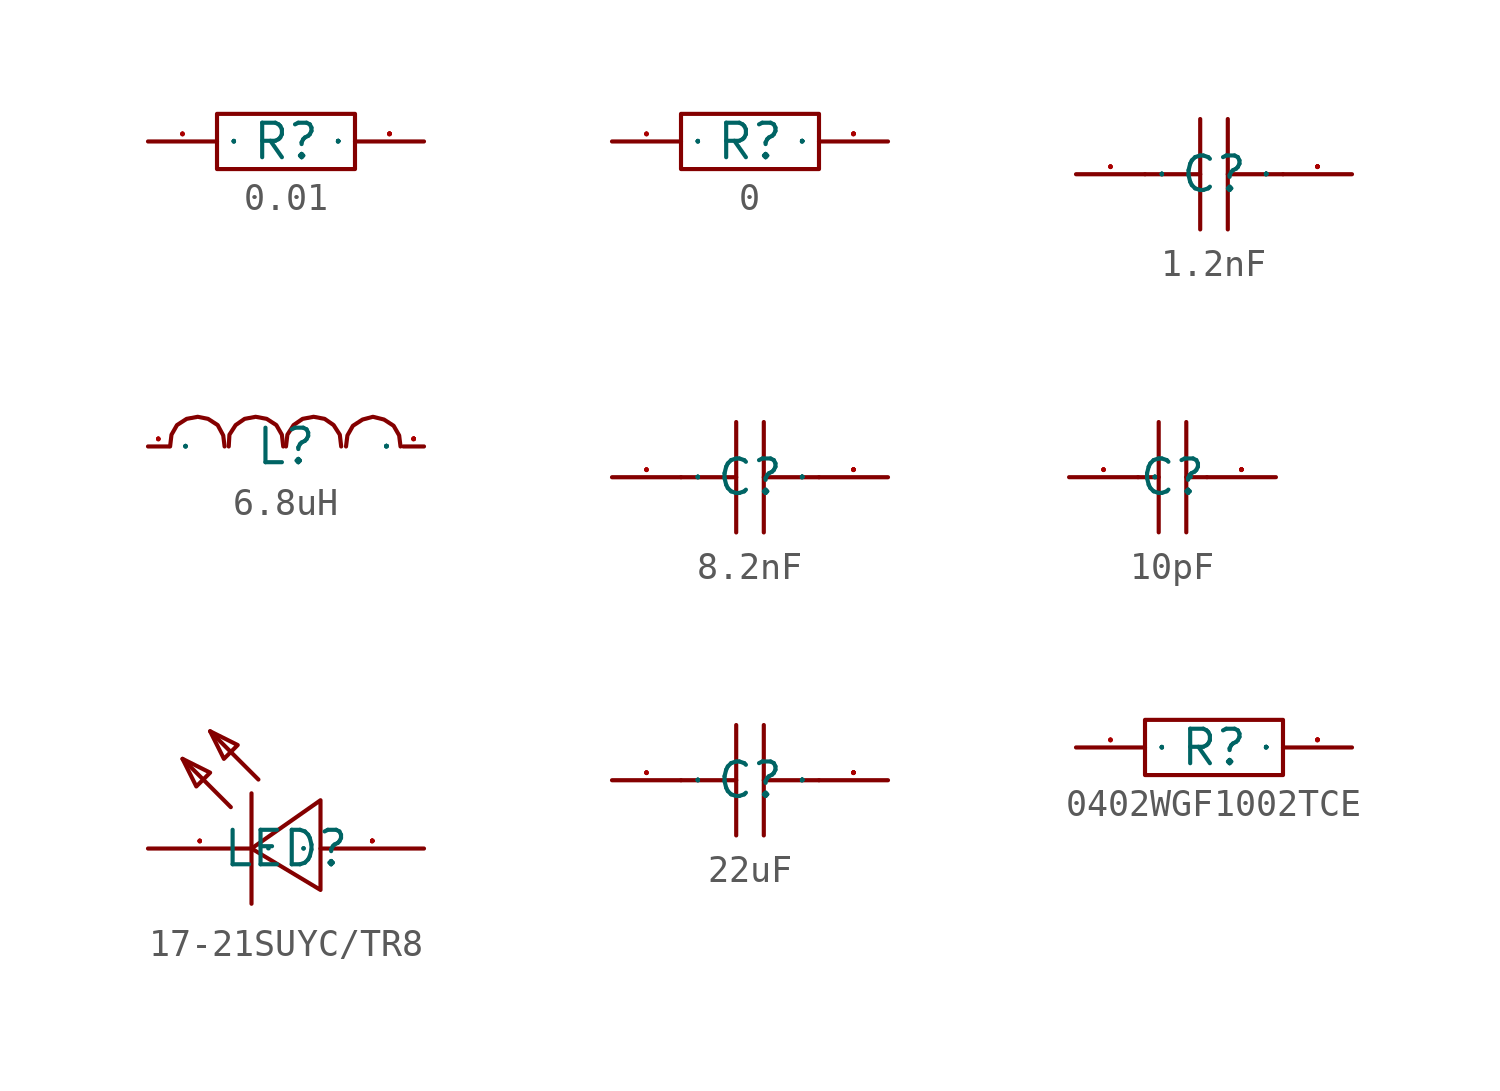
<source format=kicad_sym>
(kicad_symbol_lib
  (version 20231120)
  (generator "kicad_symbol_editor")
  (generator_version "8.0")
  (symbol "0.01"
    (property "Reference" "R"
      (at 0 0 0)
      (effects (font (size 1.27 1.27))))
    (property "Value" ""
      (at 0 0 0)
      (effects (font (size 1.27 1.27))))
    (symbol "0.01_1_0"
      (rectangle (start -2.54 -1.016) (end 2.54 1.016) (stroke (width 0) (type default)) (fill (type none)))
      (pin input line (at -5.08 0 0) (length 2.54) (name "1" (effects (font (size 0.025 0.025)))) (number "1" (effects (font (size 0.025 0.025)))))
      (pin input line (at 5.08 0 180) (length 2.54) (name "2" (effects (font (size 0.025 0.025)))) (number "2" (effects (font (size 0.025 0.025)))))))
  (symbol "0"
    (property "Reference" "R"
      (at 0 0 0)
      (effects (font (size 1.27 1.27))))
    (property "Value" ""
      (at 0 0 0)
      (effects (font (size 1.27 1.27))))
    (symbol "0_1_0"
      (rectangle (start -2.54 -1.016) (end 2.54 1.016) (stroke (width 0) (type default)) (fill (type none)))
      (pin input line (at -5.08 0 0) (length 2.54) (name "1" (effects (font (size 0.025 0.025)))) (number "1" (effects (font (size 0.025 0.025)))))
      (pin input line (at 5.08 0 180) (length 2.54) (name "2" (effects (font (size 0.025 0.025)))) (number "2" (effects (font (size 0.025 0.025)))))))
  (symbol "1.2nF"
    (property "Reference" "C"
      (at 0 0 0)
      (effects (font (size 1.27 1.27))))
    (property "Value" ""
      (at 0 0 0)
      (effects (font (size 1.27 1.27))))
    (symbol "1.2nF_1_0"
      (polyline (pts (xy -0.508 -2.032) (xy -0.508 2.032)) (stroke (width 0) (type default)) (fill (type none)))
      (polyline (pts (xy -0.508 0) (xy -2.54 0)) (stroke (width 0) (type default)) (fill (type none)))
      (polyline (pts (xy 0.508 2.032) (xy 0.508 -2.032)) (stroke (width 0) (type default)) (fill (type none)))
      (polyline (pts (xy 2.54 0) (xy 0.508 0)) (stroke (width 0) (type default)) (fill (type none)))
      (pin input line (at -5.08 0 0) (length 2.54) (name "1" (effects (font (size 0.025 0.025)))) (number "1" (effects (font (size 0.025 0.025)))))
      (pin input line (at 5.08 0 180) (length 2.54) (name "2" (effects (font (size 0.025 0.025)))) (number "2" (effects (font (size 0.025 0.025)))))))
  (symbol "6.8uH"
    (property "Reference" "L"
      (at 0 0 0)
      (effects (font (size 1.27 1.27))))
    (property "Value" ""
      (at 0 0 0)
      (effects (font (size 1.27 1.27))))
    (symbol "6.8uH_1_0"
      (polyline (pts (xy -4.267 0) (xy -4.216 0.432) (xy -4.216 0.432) (xy -4.013 0.787) (xy -4.013 0.787) (xy -3.658 1.016) (xy -3.658 1.016) (xy -3.251 1.092) (xy -3.251 1.092) (xy -2.87 1.016) (xy -2.87 1.016) (xy -2.515 0.787) (xy -2.515 0.787) (xy -2.311 0.406) (xy -2.311 0.406) (xy -2.261 0)) (stroke (width 0) (type default)) (fill (type none)))
      (polyline (pts (xy -2.108 0) (xy -2.083 0.432) (xy -2.083 0.432) (xy -1.854 0.787) (xy -1.854 0.787) (xy -1.524 1.016) (xy -1.524 1.016) (xy -1.118 1.092) (xy -1.118 1.092) (xy -0.711 1.016) (xy -0.711 1.016) (xy -0.356 0.787) (xy -0.356 0.787) (xy -0.152 0.432) (xy -0.152 0.432) (xy -0.102 0)) (stroke (width 0) (type default)) (fill (type none)))
      (polyline (pts (xy 0 0) (xy 0.051 0.432) (xy 0.051 0.432) (xy 0.279 0.787) (xy 0.279 0.787) (xy 0.61 1.016) (xy 0.61 1.016) (xy 1.016 1.092) (xy 1.016 1.092) (xy 1.422 1.016) (xy 1.422 1.016) (xy 1.753 0.787) (xy 1.753 0.787) (xy 1.981 0.432) (xy 1.981 0.432) (xy 2.032 0)) (stroke (width 0) (type default)) (fill (type none)))
      (polyline (pts (xy 2.21 0) (xy 2.261 0.406) (xy 2.261 0.406) (xy 2.464 0.762) (xy 2.464 0.762) (xy 2.819 0.991) (xy 2.819 0.991) (xy 3.2 1.092) (xy 3.2 1.092) (xy 3.607 0.991) (xy 3.607 0.991) (xy 3.962 0.762) (xy 3.962 0.762) (xy 4.166 0.406) (xy 4.166 0.406) (xy 4.216 0)) (stroke (width 0) (type default)) (fill (type none)))
      (pin input line (at -5.08 0 0) (length 0.762) (name "1" (effects (font (size 0.025 0.025)))) (number "1" (effects (font (size 0.025 0.025)))))
      (pin input line (at 5.08 0 180) (length 0.762) (name "2" (effects (font (size 0.025 0.025)))) (number "2" (effects (font (size 0.025 0.025)))))))
  (symbol "8.2nF"
    (property "Reference" "C"
      (at 0 0 0)
      (effects (font (size 1.27 1.27))))
    (property "Value" ""
      (at 0 0 0)
      (effects (font (size 1.27 1.27))))
    (symbol "8.2nF_1_0"
      (polyline (pts (xy -0.508 -2.032) (xy -0.508 2.032)) (stroke (width 0) (type default)) (fill (type none)))
      (polyline (pts (xy -0.508 0) (xy -2.54 0)) (stroke (width 0) (type default)) (fill (type none)))
      (polyline (pts (xy 0.508 2.032) (xy 0.508 -2.032)) (stroke (width 0) (type default)) (fill (type none)))
      (polyline (pts (xy 2.54 0) (xy 0.508 0)) (stroke (width 0) (type default)) (fill (type none)))
      (pin input line (at -5.08 0 0) (length 2.54) (name "1" (effects (font (size 0.025 0.025)))) (number "1" (effects (font (size 0.025 0.025)))))
      (pin input line (at 5.08 0 180) (length 2.54) (name "2" (effects (font (size 0.025 0.025)))) (number "2" (effects (font (size 0.025 0.025)))))))
  (symbol "10pF"
    (property "Reference" "C"
      (at 0 0 0)
      (effects (font (size 1.27 1.27))))
    (property "Value" ""
      (at 0 0 0)
      (effects (font (size 1.27 1.27))))
    (symbol "10pF_1_0"
      (polyline (pts (xy -1.27 0) (xy -0.508 0)) (stroke (width 0) (type default)) (fill (type none)))
      (polyline (pts (xy -0.508 2.032) (xy -0.508 -2.032)) (stroke (width 0) (type default)) (fill (type none)))
      (polyline (pts (xy 0.508 0) (xy 1.27 0)) (stroke (width 0) (type default)) (fill (type none)))
      (polyline (pts (xy 0.508 2.032) (xy 0.508 -2.032)) (stroke (width 0) (type default)) (fill (type none)))
      (pin input line (at -3.81 0 0) (length 2.54) (name "1" (effects (font (size 0.025 0.025)))) (number "1" (effects (font (size 0.025 0.025)))))
      (pin input line (at 3.81 0 180) (length 2.54) (name "2" (effects (font (size 0.025 0.025)))) (number "2" (effects (font (size 0.025 0.025)))))))
  (symbol "17-21SUYC/TR8"
    (property "Reference" "LED"
      (at 0 0 0)
      (effects (font (size 1.27 1.27))))
    (property "Value" ""
      (at 0 0 0)
      (effects (font (size 1.27 1.27))))
    (symbol "17-21SUYC/TR8_1_0"
      (polyline (pts (xy -2.032 1.524) (xy -3.81 3.302)) (stroke (width 0) (type default)) (fill (type none)))
      (polyline (pts (xy -1.27 2.032) (xy -1.27 -2.032)) (stroke (width 0) (type default)) (fill (type none)))
      (polyline (pts (xy -1.016 2.54) (xy -2.794 4.318)) (stroke (width 0) (type default)) (fill (type none)))
      (polyline (pts (xy -3.81 3.302) (xy -2.794 2.794) (xy -2.794 2.794) (xy -3.302 2.286) (xy -3.302 2.286) (xy -3.81 3.302)) (stroke (width 0) (type default)) (fill (type none)))
      (polyline (pts (xy -2.794 4.318) (xy -1.778 3.81) (xy -1.778 3.81) (xy -2.286 3.302) (xy -2.286 3.302) (xy -2.794 4.318)) (stroke (width 0) (type default)) (fill (type none)))
      (polyline (pts (xy 1.27 -1.524) (xy -1.27 0) (xy -1.27 0) (xy 1.27 1.778) (xy 1.27 1.778) (xy 1.27 -1.524)) (stroke (width 0) (type default)) (fill (type none)))
      (pin input line (at -5.08 0 0) (length 3.81) (name "-" (effects (font (size 0.025 0.025)))) (number "1" (effects (font (size 0.025 0.025)))))
      (pin input line (at 5.08 0 180) (length 3.81) (name "+" (effects (font (size 0.025 0.025)))) (number "2" (effects (font (size 0.025 0.025)))))))
  (symbol "22uF"
    (property "Reference" "C"
      (at 0 0 0)
      (effects (font (size 1.27 1.27))))
    (property "Value" ""
      (at 0 0 0)
      (effects (font (size 1.27 1.27))))
    (symbol "22uF_1_0"
      (polyline (pts (xy -0.508 -2.032) (xy -0.508 2.032)) (stroke (width 0) (type default)) (fill (type none)))
      (polyline (pts (xy -0.508 0) (xy -2.54 0)) (stroke (width 0) (type default)) (fill (type none)))
      (polyline (pts (xy 0.508 2.032) (xy 0.508 -2.032)) (stroke (width 0) (type default)) (fill (type none)))
      (polyline (pts (xy 2.54 0) (xy 0.508 0)) (stroke (width 0) (type default)) (fill (type none)))
      (pin input line (at -5.08 0 0) (length 2.54) (name "1" (effects (font (size 0.025 0.025)))) (number "1" (effects (font (size 0.025 0.025)))))
      (pin input line (at 5.08 0 180) (length 2.54) (name "2" (effects (font (size 0.025 0.025)))) (number "2" (effects (font (size 0.025 0.025)))))))
  (symbol "0402WGF1002TCE"
    (property "Reference" "R"
      (at 0 0 0)
      (effects (font (size 1.27 1.27))))
    (symbol "0402WGF1002TCE_1_0"
      (rectangle (start -2.54 -1.016) (end 2.54 1.016) (stroke (width 0) (type default)) (fill (type none)))
      (pin input line (at -5.08 0 0) (length 2.54) (name "1" (effects (font (size 0.025 0.025)))) (number "1" (effects (font (size 0.025 0.025)))))
      (pin input line (at 5.08 0 180) (length 2.54) (name "2" (effects (font (size 0.025 0.025)))) (number "2" (effects (font (size 0.025 0.025))))))))
</source>
